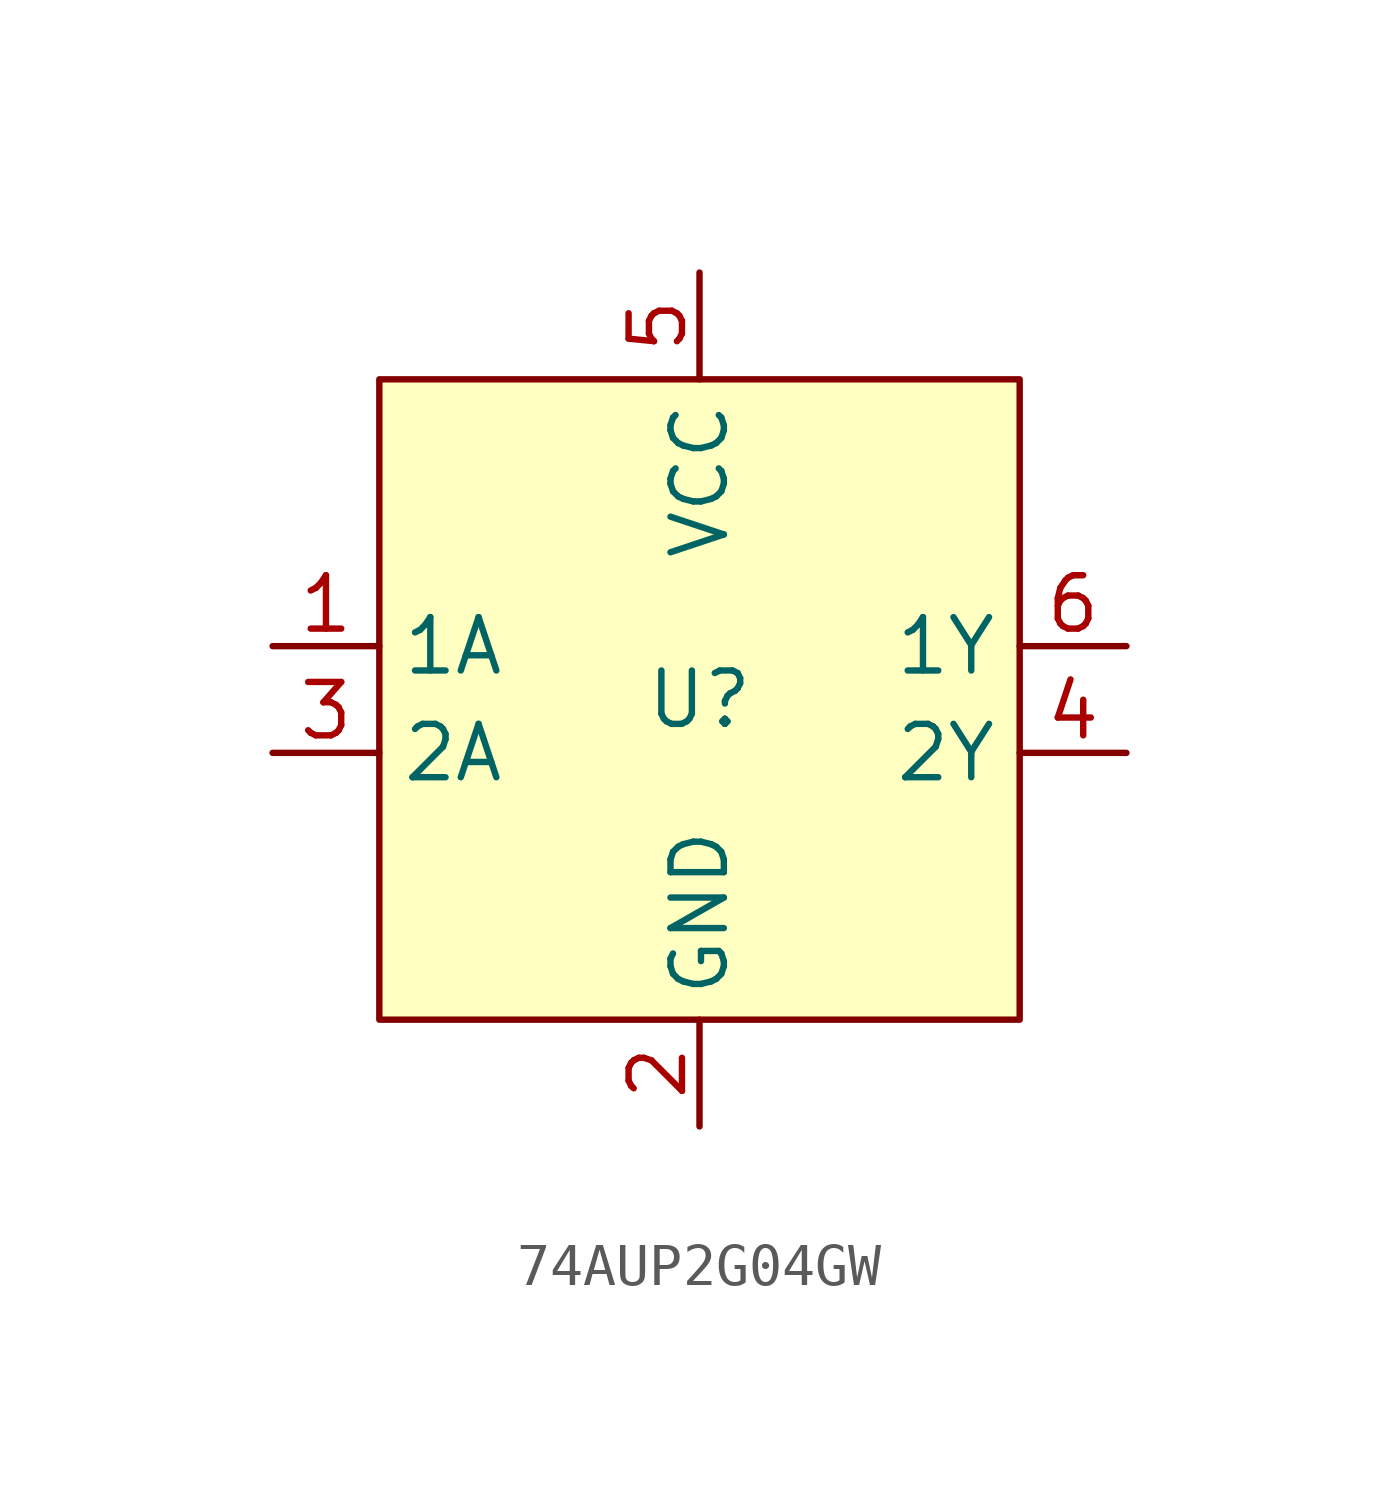
<source format=kicad_sym>
(kicad_symbol_lib
  (version 20220914)
  (generator kicad_symbol_editor)
  (symbol "74AUP2G04GW"
    (property "Reference" "U"
      (at 0 0 0)
      (effects (font (size 1.27 1.27))))
    (property "Value" ""
      (at 0 2.54 0)
      (effects (font (size 1.27 1.27))))
    (symbol "74AUP2G04GW_1_1"
      (rectangle (start -7.62 7.62) (end 7.62 -7.62) (stroke (width 0) (type default)) (fill (type background)))
      (pin input line (at -10.16 1.27 0) (length 2.54) (name "1A" (effects (font (size 1.27 1.27)))) (number "1" (effects (font (size 1.27 1.27)))))
      (pin power_in line (at 0 -10.16 90) (length 2.54) (name "GND" (effects (font (size 1.27 1.27)))) (number "2" (effects (font (size 1.27 1.27)))))
      (pin input line (at -10.16 -1.27 0) (length 2.54) (name "2A" (effects (font (size 1.27 1.27)))) (number "3" (effects (font (size 1.27 1.27)))))
      (pin output line (at 10.16 -1.27 180) (length 2.54) (name "2Y" (effects (font (size 1.27 1.27)))) (number "4" (effects (font (size 1.27 1.27)))))
      (pin power_in line (at 0 10.16 270) (length 2.54) (name "VCC" (effects (font (size 1.27 1.27)))) (number "5" (effects (font (size 1.27 1.27)))))
      (pin output line (at 10.16 1.27 180) (length 2.54) (name "1Y" (effects (font (size 1.27 1.27)))) (number "6" (effects (font (size 1.27 1.27))))))))
</source>
